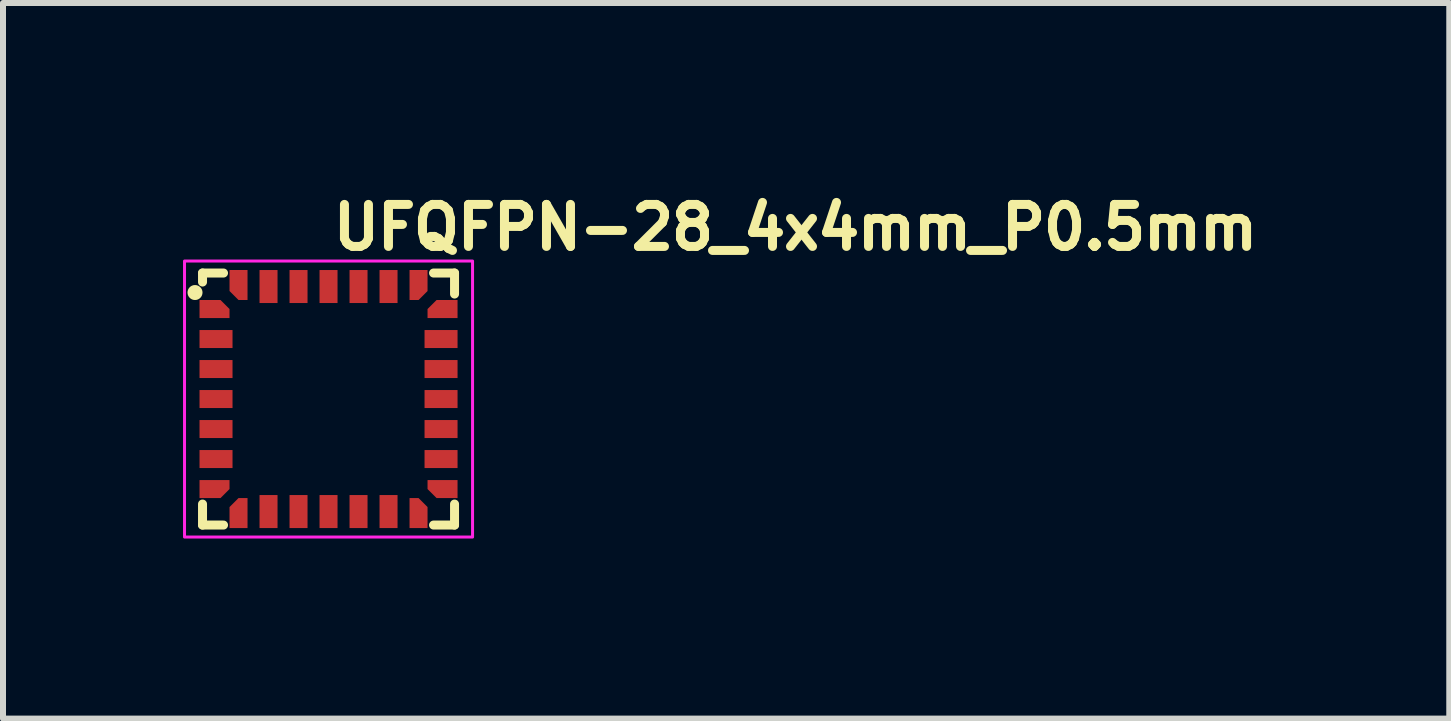
<source format=kicad_pcb>
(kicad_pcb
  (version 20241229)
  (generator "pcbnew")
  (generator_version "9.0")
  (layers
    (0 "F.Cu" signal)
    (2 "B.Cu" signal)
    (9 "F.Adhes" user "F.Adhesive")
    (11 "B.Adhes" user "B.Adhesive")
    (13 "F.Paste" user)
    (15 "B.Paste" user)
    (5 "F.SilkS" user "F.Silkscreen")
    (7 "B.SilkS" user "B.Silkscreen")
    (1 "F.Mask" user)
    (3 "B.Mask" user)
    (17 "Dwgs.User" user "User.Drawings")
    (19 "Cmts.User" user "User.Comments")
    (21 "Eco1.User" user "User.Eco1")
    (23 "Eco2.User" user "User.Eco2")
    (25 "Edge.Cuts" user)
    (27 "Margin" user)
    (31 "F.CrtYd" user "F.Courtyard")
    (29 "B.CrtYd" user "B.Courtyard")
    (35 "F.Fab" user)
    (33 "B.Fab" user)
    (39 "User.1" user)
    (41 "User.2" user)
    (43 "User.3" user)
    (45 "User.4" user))
  (footprint "UFQFPN-28_4x4mm_P0.5mm"
    (layer "F.Cu")
    (at 2.425 3.6)
    (property "Reference" "UFQFPN-28_4x4mm_P0.5mm" (at 0 -2.45 0) (layer "F.SilkS") (effects (font (size 0.7 0.7) (thickness 0.15)) (justify left bottom)))
    (attr smd)
    (fp_line (start -2.1 -2.1) (end -1.75 -2.1) (stroke (width 0.15) (type solid)) (layer "F.SilkS"))
    (fp_line (start -2.1 -1.95) (end -2.1 -2.1) (stroke (width 0.15) (type solid)) (layer "F.SilkS"))
    (fp_line (start -2.1 1.75) (end -2.1 2.1) (stroke (width 0.15) (type solid)) (layer "F.SilkS"))
    (fp_line (start -2.1 2.1) (end -1.75 2.1) (stroke (width 0.15) (type solid)) (layer "F.SilkS"))
    (fp_line (start 1.75 -2.1) (end 2.1 -2.1) (stroke (width 0.15) (type solid)) (layer "F.SilkS"))
    (fp_line (start 2.1 -2.1) (end 2.1 -1.75) (stroke (width 0.15) (type solid)) (layer "F.SilkS"))
    (fp_line (start 2.1 1.75) (end 2.1 2.1) (stroke (width 0.15) (type solid)) (layer "F.SilkS"))
    (fp_line (start 2.1 2.1) (end 1.75 2.1) (stroke (width 0.15) (type solid)) (layer "F.SilkS"))
    (fp_circle (center -2.225 -1.775) (end -2.175 -1.775) (stroke (width 0.15) (type solid)) (fill yes) (layer "F.SilkS"))
    (fp_rect (start -2.4 -2.3) (end 2.4 2.3) (stroke (width 0.05) (type solid)) (fill no) (layer "F.CrtYd"))
    (fp_rect (start -2 -2) (end 2 2) (stroke (width 0.1) (type solid)) (fill no) (layer "User.5"))
    (fp_line (start -2 -2) (end -2 2) (stroke (width 0.02) (type solid)) (layer "User.9"))
    (fp_line (start -2 2) (end 2 2) (stroke (width 0.02) (type solid)) (layer "User.9"))
    (fp_line (start 2 -2) (end -2 -2) (stroke (width 0.02) (type solid)) (layer "User.9"))
    (fp_line (start 2 2) (end 2 -2) (stroke (width 0.02) (type solid)) (layer "User.9"))
    (pad "1" smd roundrect (at -1.9 -1.5) (size 0.5 0.3) (layers "F.Cu" "F.Mask" "F.Paste") (roundrect_rratio 0) (chamfer_ratio 0.5) (chamfer top_right))
    (pad "2" smd rect (at -1.875 -1) (size 0.55 0.3) (layers "F.Cu" "F.Mask" "F.Paste"))
    (pad "3" smd rect (at -1.875 -0.5) (size 0.55 0.3) (layers "F.Cu" "F.Mask" "F.Paste"))
    (pad "4" smd rect (at -1.875 0) (size 0.55 0.3) (layers "F.Cu" "F.Mask" "F.Paste"))
    (pad "5" smd rect (at -1.875 0.5) (size 0.55 0.3) (layers "F.Cu" "F.Mask" "F.Paste"))
    (pad "6" smd rect (at -1.875 1) (size 0.55 0.3) (layers "F.Cu" "F.Mask" "F.Paste"))
    (pad "7" smd roundrect (at -1.9 1.5) (size 0.5 0.3) (layers "F.Cu" "F.Mask" "F.Paste") (roundrect_rratio 0) (chamfer_ratio 0.5) (chamfer bottom_right))
    (pad "8" smd roundrect (at -1.5 1.9 90) (size 0.5 0.3) (layers "F.Cu" "F.Mask" "F.Paste") (roundrect_rratio 0) (chamfer_ratio 0.5) (chamfer top_right))
    (pad "9" smd rect (at -1 1.875 90) (size 0.55 0.3) (layers "F.Cu" "F.Mask" "F.Paste"))
    (pad "10" smd rect (at -0.5 1.875 90) (size 0.55 0.3) (layers "F.Cu" "F.Mask" "F.Paste"))
    (pad "11" smd rect (at 0 1.875 90) (size 0.55 0.3) (layers "F.Cu" "F.Mask" "F.Paste"))
    (pad "12" smd rect (at 0.5 1.875 90) (size 0.55 0.3) (layers "F.Cu" "F.Mask" "F.Paste"))
    (pad "13" smd rect (at 1 1.875 90) (size 0.55 0.3) (layers "F.Cu" "F.Mask" "F.Paste"))
    (pad "14" smd roundrect (at 1.5 1.9 90) (size 0.5 0.3) (layers "F.Cu" "F.Mask" "F.Paste") (roundrect_rratio 0) (chamfer_ratio 0.5) (chamfer bottom_right))
    (pad "15" smd roundrect (at 1.9 1.5 180) (size 0.5 0.3) (layers "F.Cu" "F.Mask" "F.Paste") (roundrect_rratio 0) (chamfer_ratio 0.5) (chamfer top_right))
    (pad "16" smd rect (at 1.875 1) (size 0.55 0.3) (layers "F.Cu" "F.Mask" "F.Paste"))
    (pad "17" smd rect (at 1.875 0.5) (size 0.55 0.3) (layers "F.Cu" "F.Mask" "F.Paste"))
    (pad "18" smd rect (at 1.875 0) (size 0.55 0.3) (layers "F.Cu" "F.Mask" "F.Paste"))
    (pad "19" smd rect (at 1.875 -0.5) (size 0.55 0.3) (layers "F.Cu" "F.Mask" "F.Paste"))
    (pad "20" smd rect (at 1.875 -1) (size 0.55 0.3) (layers "F.Cu" "F.Mask" "F.Paste"))
    (pad "21" smd roundrect (at 1.9 -1.5 180) (size 0.5 0.3) (layers "F.Cu" "F.Mask" "F.Paste") (roundrect_rratio 0) (chamfer_ratio 0.5) (chamfer bottom_right))
    (pad "22" smd roundrect (at 1.5 -1.9 270) (size 0.5 0.3) (layers "F.Cu" "F.Mask" "F.Paste") (roundrect_rratio 0) (chamfer_ratio 0.5) (chamfer top_right))
    (pad "23" smd rect (at 1 -1.875 90) (size 0.55 0.3) (layers "F.Cu" "F.Mask" "F.Paste"))
    (pad "24" smd rect (at 0.5 -1.875 90) (size 0.55 0.3) (layers "F.Cu" "F.Mask" "F.Paste"))
    (pad "25" smd rect (at 0 -1.875 90) (size 0.55 0.3) (layers "F.Cu" "F.Mask" "F.Paste"))
    (pad "26" smd rect (at -0.5 -1.875 90) (size 0.55 0.3) (layers "F.Cu" "F.Mask" "F.Paste"))
    (pad "27" smd rect (at -1 -1.875 90) (size 0.55 0.3) (layers "F.Cu" "F.Mask" "F.Paste"))
    (pad "28" smd roundrect (at -1.5 -1.9 270) (size 0.5 0.3) (layers "F.Cu" "F.Mask" "F.Paste") (roundrect_rratio 0) (chamfer_ratio 0.5) (chamfer bottom_right)))
  (gr_rect
    (start -3 -3)
    (end 21.102 8.925)
    (stroke (width 0.1) (type default))
    (fill no)
    (layer "Edge.Cuts")))
</source>
